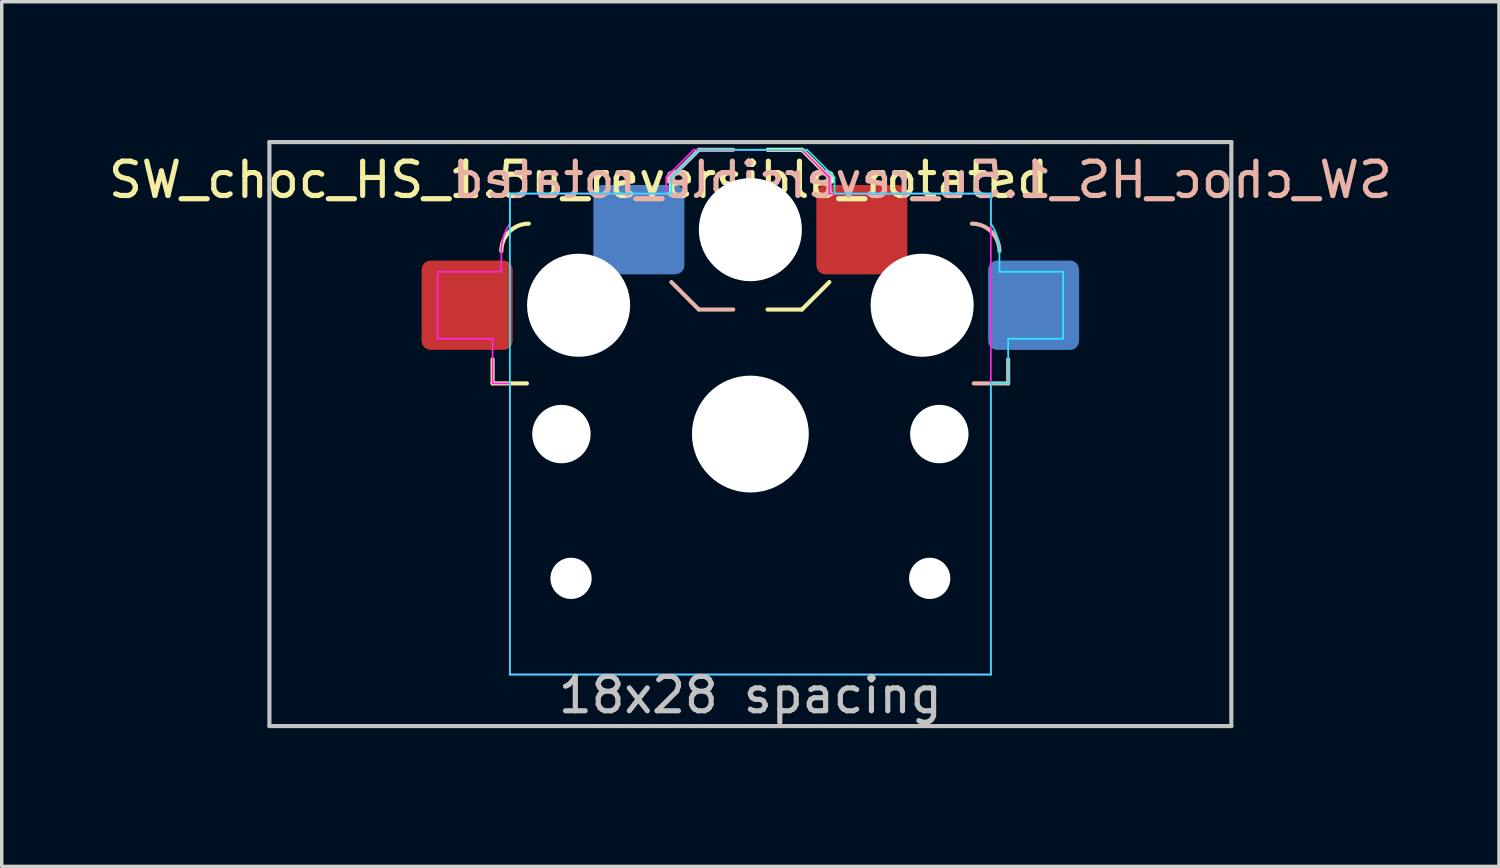
<source format=kicad_pcb>
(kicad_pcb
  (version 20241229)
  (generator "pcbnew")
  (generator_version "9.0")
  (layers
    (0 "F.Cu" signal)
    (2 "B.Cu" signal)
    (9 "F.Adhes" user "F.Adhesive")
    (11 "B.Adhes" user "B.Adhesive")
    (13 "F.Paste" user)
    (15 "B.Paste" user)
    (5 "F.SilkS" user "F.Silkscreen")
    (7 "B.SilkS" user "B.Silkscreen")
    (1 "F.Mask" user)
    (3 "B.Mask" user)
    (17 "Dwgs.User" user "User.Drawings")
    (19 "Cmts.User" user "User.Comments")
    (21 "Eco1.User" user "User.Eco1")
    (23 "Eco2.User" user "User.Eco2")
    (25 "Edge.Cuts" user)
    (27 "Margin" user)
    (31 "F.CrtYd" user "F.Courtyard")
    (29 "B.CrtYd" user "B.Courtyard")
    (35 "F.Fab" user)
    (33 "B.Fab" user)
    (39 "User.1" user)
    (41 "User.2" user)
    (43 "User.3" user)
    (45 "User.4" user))
  (footprint "SW_choc_HS_1.5u_reversible_rotated"
    (layer "F.Cu")
    (at 18.792 9.585)
    (property "Reference" "SW_choc_HS_1.5u_reversible_rotated" (at -5 -7.4 0) (layer "F.SilkS") (effects (font (size 1 1) (thickness 0.15))))
    (attr smd)
    (fp_line (start -7.504 -1.475) (end -7.504 -2.175) (stroke (width 0.12) (type solid)) (layer "F.SilkS"))
    (fp_line (start -7.504 -1.475) (end -6.504 -1.475) (stroke (width 0.12) (type solid)) (layer "F.SilkS"))
    (fp_line (start 1.5 -8.275) (end 0.5 -8.275) (stroke (width 0.12) (type solid)) (layer "F.SilkS"))
    (fp_line (start 1.5 -3.625) (end 0.5 -3.625) (stroke (width 0.12) (type solid)) (layer "F.SilkS"))
    (fp_line (start 1.5 -3.625) (end 2.3 -4.425) (stroke (width 0.12) (type solid)) (layer "F.SilkS"))
    (fp_line (start 2.3 -7.475) (end 1.5 -8.275) (stroke (width 0.12) (type solid)) (layer "F.SilkS"))
    (fp_arc (start -7.25 -5.325) (mid -7.015685 -5.890685) (end -6.45 -6.125) (stroke (width 0.12) (type solid)) (layer "F.SilkS"))
    (fp_line (start -2.3 -7.475) (end -1.5 -8.275) (stroke (width 0.12) (type solid)) (layer "B.SilkS"))
    (fp_line (start -1.5 -8.275) (end -0.5 -8.275) (stroke (width 0.12) (type solid)) (layer "B.SilkS"))
    (fp_line (start -1.5 -3.625) (end -2.3 -4.425) (stroke (width 0.12) (type solid)) (layer "B.SilkS"))
    (fp_line (start -1.5 -3.625) (end -0.5 -3.625) (stroke (width 0.12) (type solid)) (layer "B.SilkS"))
    (fp_line (start 7.504 -1.475) (end 6.504 -1.475) (stroke (width 0.12) (type solid)) (layer "B.SilkS"))
    (fp_line (start 7.504 -1.475) (end 7.504 -2.175) (stroke (width 0.12) (type solid)) (layer "B.SilkS"))
    (fp_arc (start 6.45 -6.125) (mid 7.015685 -5.890685) (end 7.25 -5.325) (stroke (width 0.12) (type solid)) (layer "B.SilkS"))
    (fp_line (start -14 -8.5) (end -14 8.5) (stroke (width 0.12) (type solid)) (layer "Dwgs.User"))
    (fp_line (start -14 8.5) (end 14 8.5) (stroke (width 0.12) (type solid)) (layer "Dwgs.User"))
    (fp_line (start 14 -8.5) (end -14 -8.5) (stroke (width 0.12) (type solid)) (layer "Dwgs.User"))
    (fp_line (start 14 8.5) (end 14 -8.5) (stroke (width 0.12) (type solid)) (layer "Dwgs.User"))
    (fp_line (start -14 -9.525) (end 14 -9.525) (stroke (width 0.12) (type solid)) (layer "Eco1.User"))
    (fp_line (start -14 9.525) (end -14 -9.525) (stroke (width 0.12) (type solid)) (layer "Eco1.User"))
    (fp_line (start 14 -9.525) (end 14 9.525) (stroke (width 0.12) (type solid)) (layer "Eco1.User"))
    (fp_line (start 14 9.525) (end -14 9.525) (stroke (width 0.12) (type solid)) (layer "Eco1.User"))
    (fp_line (start -6.95 -6.45) (end -6.95 6.45) (stroke (width 0.05) (type solid)) (layer "Eco2.User"))
    (fp_line (start -6.45 6.95) (end 6.45 6.95) (stroke (width 0.05) (type solid)) (layer "Eco2.User"))
    (fp_line (start 6.45 -6.95) (end -6.45 -6.95) (stroke (width 0.05) (type solid)) (layer "Eco2.User"))
    (fp_line (start 6.95 6.45) (end 6.95 -6.45) (stroke (width 0.05) (type solid)) (layer "Eco2.User"))
    (fp_arc (start -6.95 -6.45) (mid -6.803553 -6.803553) (end -6.45 -6.95) (stroke (width 0.05) (type solid)) (layer "Eco2.User"))
    (fp_arc (start -6.45 6.95) (mid -6.803553 6.803553) (end -6.95 6.45) (stroke (width 0.05) (type solid)) (layer "Eco2.User"))
    (fp_arc (start 6.45 -6.95) (mid 6.803553 -6.803553) (end 6.95 -6.45) (stroke (width 0.05) (type solid)) (layer "Eco2.User"))
    (fp_arc (start 6.95 6.45) (mid 6.803553 6.803553) (end 6.45 6.95) (stroke (width 0.05) (type solid)) (layer "Eco2.User"))
    (fp_line (start -7 -7) (end -7 7) (stroke (width 0.05) (type solid)) (layer "B.CrtYd"))
    (fp_line (start -7 7) (end 7 7) (stroke (width 0.05) (type solid)) (layer "B.CrtYd"))
    (fp_line (start -2.3 -7.475) (end -2.3 -7) (stroke (width 0.05) (type solid)) (layer "B.CrtYd"))
    (fp_line (start -2.3 -7.475) (end -1.5 -8.275) (stroke (width 0.05) (type solid)) (layer "B.CrtYd"))
    (fp_line (start -2.3 -7) (end -7 -7) (stroke (width 0.05) (type solid)) (layer "B.CrtYd"))
    (fp_line (start -1.5 -8.275) (end 1.65 -8.275) (stroke (width 0.05) (type solid)) (layer "B.CrtYd"))
    (fp_line (start 2.45 -7.475) (end 1.65 -8.275) (stroke (width 0.05) (type solid)) (layer "B.CrtYd"))
    (fp_line (start 2.45 -7.475) (end 2.45 -7) (stroke (width 0.05) (type solid)) (layer "B.CrtYd"))
    (fp_line (start 7 -7) (end 2.45 -7) (stroke (width 0.05) (type solid)) (layer "B.CrtYd"))
    (fp_line (start 7 -6.125) (end 7 -7) (stroke (width 0.05) (type solid)) (layer "B.CrtYd"))
    (fp_line (start 7 7) (end 7 -1.475) (stroke (width 0.05) (type solid)) (layer "B.CrtYd"))
    (fp_line (start 7.25 -5.325) (end 7.25 -4.725) (stroke (width 0.05) (type solid)) (layer "B.CrtYd"))
    (fp_line (start 7.25 -4.725) (end 9.104 -4.725) (stroke (width 0.05) (type solid)) (layer "B.CrtYd"))
    (fp_line (start 7.504 -1.475) (end 7 -1.475) (stroke (width 0.05) (type solid)) (layer "B.CrtYd"))
    (fp_line (start 7.504 -1.475) (end 7.504 -2.775) (stroke (width 0.05) (type solid)) (layer "B.CrtYd"))
    (fp_line (start 9.104 -4.725) (end 9.104 -2.775) (stroke (width 0.05) (type solid)) (layer "B.CrtYd"))
    (fp_line (start 9.104 -2.775) (end 7.504 -2.775) (stroke (width 0.05) (type solid)) (layer "B.CrtYd"))
    (fp_arc (start 7 -6.125) (mid 7.186044 -5.744076) (end 7.25 -5.325) (stroke (width 0.05) (type solid)) (layer "B.CrtYd"))
    (fp_line (start -9.104 -4.725) (end -9.104 -2.775) (stroke (width 0.05) (type solid)) (layer "F.CrtYd"))
    (fp_line (start -9.104 -2.775) (end -7.504 -2.775) (stroke (width 0.05) (type solid)) (layer "F.CrtYd"))
    (fp_line (start -7.504 -1.475) (end -7.504 -2.775) (stroke (width 0.05) (type solid)) (layer "F.CrtYd"))
    (fp_line (start -7.504 -1.475) (end -7 -1.475) (stroke (width 0.05) (type solid)) (layer "F.CrtYd"))
    (fp_line (start -7.25 -5.325) (end -7.25 -4.725) (stroke (width 0.05) (type solid)) (layer "F.CrtYd"))
    (fp_line (start -7.25 -4.725) (end -9.104 -4.725) (stroke (width 0.05) (type solid)) (layer "F.CrtYd"))
    (fp_line (start -7 -7) (end -2.45 -7) (stroke (width 0.05) (type solid)) (layer "F.CrtYd"))
    (fp_line (start -7 -6.125) (end -7 -7) (stroke (width 0.05) (type solid)) (layer "F.CrtYd"))
    (fp_line (start -7 7) (end -7 -1.475) (stroke (width 0.05) (type solid)) (layer "F.CrtYd"))
    (fp_line (start -2.45 -7.475) (end -2.45 -7) (stroke (width 0.05) (type solid)) (layer "F.CrtYd"))
    (fp_line (start -2.45 -7.475) (end -1.65 -8.275) (stroke (width 0.05) (type solid)) (layer "F.CrtYd"))
    (fp_line (start 1.5 -8.275) (end -1.65 -8.275) (stroke (width 0.05) (type solid)) (layer "F.CrtYd"))
    (fp_line (start 2.3 -7.475) (end 1.5 -8.275) (stroke (width 0.05) (type solid)) (layer "F.CrtYd"))
    (fp_line (start 2.3 -7.475) (end 2.3 -7) (stroke (width 0.05) (type solid)) (layer "F.CrtYd"))
    (fp_line (start 2.3 -7) (end 7 -7) (stroke (width 0.05) (type solid)) (layer "F.CrtYd"))
    (fp_line (start 7 -7) (end 7 7) (stroke (width 0.05) (type solid)) (layer "F.CrtYd"))
    (fp_line (start 7 7) (end -7 7) (stroke (width 0.05) (type solid)) (layer "F.CrtYd"))
    (fp_arc (start -7.25 -5.325) (mid -7.186044 -5.744076) (end -7 -6.125) (stroke (width 0.05) (type solid)) (layer "F.CrtYd"))
    (fp_text user "${REFERENCE}" (at 5 -7.4 0) (layer "B.SilkS") (effects (font (size 1 1) (thickness 0.15)) (justify mirror)))
    (fp_text user "18x28 spacing" (at 0 7.6 0) (layer "Dwgs.User") (effects (font (size 1 1) (thickness 0.15))))
    (fp_text user "19.05 spacing" (at 0 8.7 0) (layer "Eco1.User") (effects (font (size 1 1) (thickness 0.15))))
    (pad "" np_thru_hole circle (at -5.5 0) (size 1.7 1.7) (drill 1.7) (layers "*.Cu" "*.Mask"))
    (pad "" np_thru_hole circle (at -5.22 4.2) (size 1.2 1.2) (drill 1.2) (layers "*.Cu" "*.Mask"))
    (pad "" np_thru_hole circle (at -5 -3.75 180) (size 3 3) (drill 3) (layers "*.Cu" "*.Mask"))
    (pad "" np_thru_hole circle (at 0 -5.95 180) (size 3 3) (drill 3) (layers "*.Cu" "*.Mask"))
    (pad "" np_thru_hole circle (at 0 0) (size 3.4 3.4) (drill 3.4) (layers "*.Cu" "*.Mask"))
    (pad "" np_thru_hole circle (at 5 -3.75 180) (size 3 3) (drill 3) (layers "*.Cu" "*.Mask"))
    (pad "" np_thru_hole circle (at 5.22 4.2) (size 1.2 1.2) (drill 1.2) (layers "*.Cu" "*.Mask"))
    (pad "" np_thru_hole circle (at 5.5 0) (size 1.7 1.7) (drill 1.7) (layers "*.Cu" "*.Mask"))
    (pad "1" smd roundrect (at -8.245 -3.75 180) (size 2.65 2.6) (layers "F.Cu" "F.Mask" "F.Paste") (roundrect_rratio 0.1))
    (pad "1" smd roundrect (at 8.245 -3.75 180) (size 2.65 2.6) (layers "B.Cu" "B.Mask" "B.Paste") (roundrect_rratio 0.1))
    (pad "2" smd roundrect (at -3.245 -5.95 180) (size 2.65 2.6) (layers "B.Cu" "B.Mask" "B.Paste") (roundrect_rratio 0.1))
    (pad "2" smd roundrect (at 3.245 -5.95 180) (size 2.65 2.6) (layers "F.Cu" "F.Mask" "F.Paste") (roundrect_rratio 0.1)))
  (gr_rect
    (start -3 -3)
    (end 40.583 22.17)
    (stroke (width 0.1) (type default))
    (fill no)
    (layer "Edge.Cuts")))
</source>
